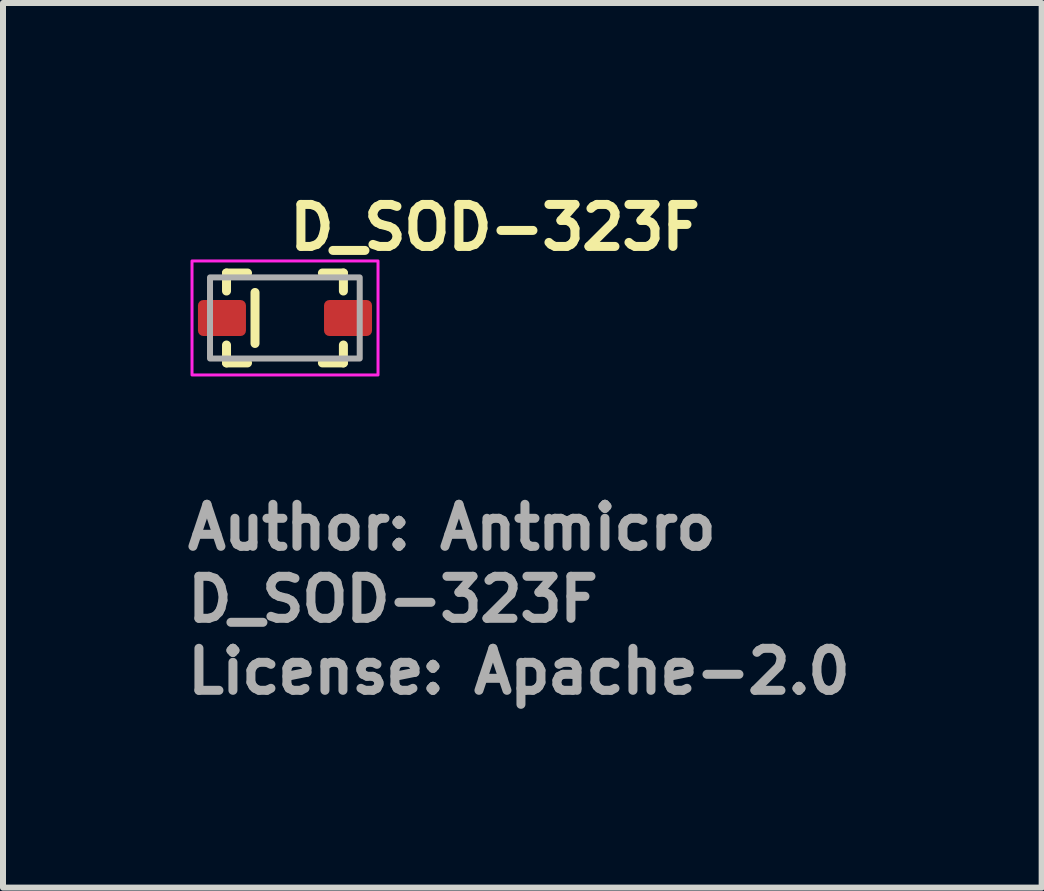
<source format=kicad_pcb>
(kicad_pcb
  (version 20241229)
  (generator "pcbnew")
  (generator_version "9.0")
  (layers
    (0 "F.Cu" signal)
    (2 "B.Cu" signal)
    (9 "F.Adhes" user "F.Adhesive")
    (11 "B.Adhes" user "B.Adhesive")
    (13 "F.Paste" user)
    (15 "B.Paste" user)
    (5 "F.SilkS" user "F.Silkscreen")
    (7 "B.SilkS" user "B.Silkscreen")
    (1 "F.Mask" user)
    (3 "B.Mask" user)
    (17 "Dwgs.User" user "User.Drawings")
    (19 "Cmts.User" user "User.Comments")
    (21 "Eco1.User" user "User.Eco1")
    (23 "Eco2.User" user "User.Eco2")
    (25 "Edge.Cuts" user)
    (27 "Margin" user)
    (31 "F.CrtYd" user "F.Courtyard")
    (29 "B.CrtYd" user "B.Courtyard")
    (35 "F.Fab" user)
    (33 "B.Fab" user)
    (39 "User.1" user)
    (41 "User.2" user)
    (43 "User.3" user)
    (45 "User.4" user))
  (footprint "D_SOD-323F"
    (layer "F.Cu")
    (at 1.7 2.249)
    (property "Reference" "D_SOD-323F" (at 0 -1.099 0) (layer "F.SilkS") (effects (font (size 0.7 0.7) (thickness 0.15)) (justify left bottom)))
    (attr smd)
    (fp_line (start -0.975 -0.749) (end -0.975 -0.449) (stroke (width 0.15) (type solid)) (layer "F.SilkS"))
    (fp_line (start -0.975 0.749) (end -0.975 0.451) (stroke (width 0.15) (type solid)) (layer "F.SilkS"))
    (fp_line (start -0.625 -0.749) (end -0.975 -0.749) (stroke (width 0.15) (type solid)) (layer "F.SilkS"))
    (fp_line (start -0.625 0.749) (end -0.975 0.749) (stroke (width 0.15) (type solid)) (layer "F.SilkS"))
    (fp_line (start -0.5 -0.425) (end -0.5 0.425) (stroke (width 0.15) (type solid)) (layer "F.SilkS"))
    (fp_line (start 0.623 -0.749) (end 0.973 -0.749) (stroke (width 0.15) (type solid)) (layer "F.SilkS"))
    (fp_line (start 0.973 -0.749) (end 0.973 -0.449) (stroke (width 0.15) (type solid)) (layer "F.SilkS"))
    (fp_line (start 0.973 0.451) (end 0.973 0.749) (stroke (width 0.15) (type solid)) (layer "F.SilkS"))
    (fp_line (start 0.973 0.749) (end 0.623 0.749) (stroke (width 0.15) (type solid)) (layer "F.SilkS"))
    (fp_rect (start -1.55 -0.95) (end 1.55 0.95) (stroke (width 0.05) (type solid)) (fill no) (layer "F.CrtYd"))
    (fp_rect (start -1.25 -0.676) (end 1.245 0.676) (stroke (width 0.1) (type solid)) (fill no) (layer "F.Fab"))
    (fp_rect (start -0.864 -0.676) (end 0.86 0.676) (stroke (width 0.1) (type solid)) (fill no) (layer "User.5"))
    (fp_line (start -1.25 -0.201) (end -1.25 0.201) (stroke (width 0.02) (type solid)) (layer "User.9"))
    (fp_line (start -1.25 0.201) (end -0.902 0.201) (stroke (width 0.02) (type solid)) (layer "User.9"))
    (fp_line (start -0.902 -0.676) (end 0.9 -0.676) (stroke (width 0.02) (type solid)) (layer "User.9"))
    (fp_line (start -0.902 -0.201) (end -1.25 -0.201) (stroke (width 0.02) (type solid)) (layer "User.9"))
    (fp_line (start -0.902 -0.201) (end -0.902 -0.676) (stroke (width 0.02) (type solid)) (layer "User.9"))
    (fp_line (start -0.902 0.201) (end -0.902 -0.201) (stroke (width 0.02) (type solid)) (layer "User.9"))
    (fp_line (start -0.902 0.676) (end -0.902 0.201) (stroke (width 0.02) (type solid)) (layer "User.9"))
    (fp_line (start -0.823 -0.6) (end -0.902 -0.676) (stroke (width 0.02) (type solid)) (layer "User.9"))
    (fp_line (start -0.823 -0.6) (end -0.778 -0.552) (stroke (width 0.02) (type solid)) (layer "User.9"))
    (fp_line (start -0.823 0.6) (end -0.902 0.676) (stroke (width 0.02) (type solid)) (layer "User.9"))
    (fp_line (start -0.823 0.6) (end -0.778 0.552) (stroke (width 0.02) (type solid)) (layer "User.9"))
    (fp_line (start -0.75 -0.438) (end -0.75 0.438) (stroke (width 0.02) (type solid)) (layer "User.9"))
    (fp_line (start -0.75 0.438) (end -0.6 0.438) (stroke (width 0.02) (type solid)) (layer "User.9"))
    (fp_line (start -0.6 -0.438) (end -0.75 -0.438) (stroke (width 0.02) (type solid)) (layer "User.9"))
    (fp_line (start -0.6 0.438) (end -0.6 -0.438) (stroke (width 0.02) (type solid)) (layer "User.9"))
    (fp_line (start 0.776 -0.552) (end 0.821 -0.6) (stroke (width 0.02) (type solid)) (layer "User.9"))
    (fp_line (start 0.776 0.552) (end 0.821 0.6) (stroke (width 0.02) (type solid)) (layer "User.9"))
    (fp_line (start 0.9 -0.676) (end 0.821 -0.6) (stroke (width 0.02) (type solid)) (layer "User.9"))
    (fp_line (start 0.9 -0.676) (end 0.9 -0.201) (stroke (width 0.02) (type solid)) (layer "User.9"))
    (fp_line (start 0.9 -0.201) (end 0.9 0.201) (stroke (width 0.02) (type solid)) (layer "User.9"))
    (fp_line (start 0.9 0.201) (end 0.9 0.676) (stroke (width 0.02) (type solid)) (layer "User.9"))
    (fp_line (start 0.9 0.201) (end 1.249 0.201) (stroke (width 0.02) (type solid)) (layer "User.9"))
    (fp_line (start 0.9 0.676) (end -0.902 0.676) (stroke (width 0.02) (type solid)) (layer "User.9"))
    (fp_line (start 0.9 0.676) (end 0.821 0.6) (stroke (width 0.02) (type solid)) (layer "User.9"))
    (fp_line (start 1.249 -0.201) (end 0.9 -0.201) (stroke (width 0.02) (type solid)) (layer "User.9"))
    (fp_line (start 1.249 0.201) (end 1.249 -0.201) (stroke (width 0.02) (type solid)) (layer "User.9"))
    (fp_text user "${REFERENCE}" (at -1.7 5.099 0) (layer "F.Fab") (effects (font (size 0.7 0.7) (thickness 0.15)) (justify left bottom)))
    (fp_text user "License: Apache-2.0" (at -1.7 6.299 0) (layer "F.Fab") (effects (font (size 0.7 0.7) (thickness 0.15)) (justify left bottom)))
    (fp_text user "Author: Antmicro" (at -1.7 3.899 0) (layer "F.Fab") (effects (font (size 0.7 0.7) (thickness 0.15)) (justify left bottom)))
    (pad "1" smd roundrect (at -1.051 0.001) (size 0.8 0.6) (layers "F.Cu" "F.Mask" "F.Paste") (roundrect_rratio 0.15))
    (pad "2" smd roundrect (at 1.05 0.001) (size 0.8 0.6) (layers "F.Cu" "F.Mask" "F.Paste") (roundrect_rratio 0.15)))
  (gr_rect
    (start -3 -3)
    (end 14.31 11.743)
    (stroke (width 0.1) (type default))
    (fill no)
    (layer "Edge.Cuts")))
</source>
